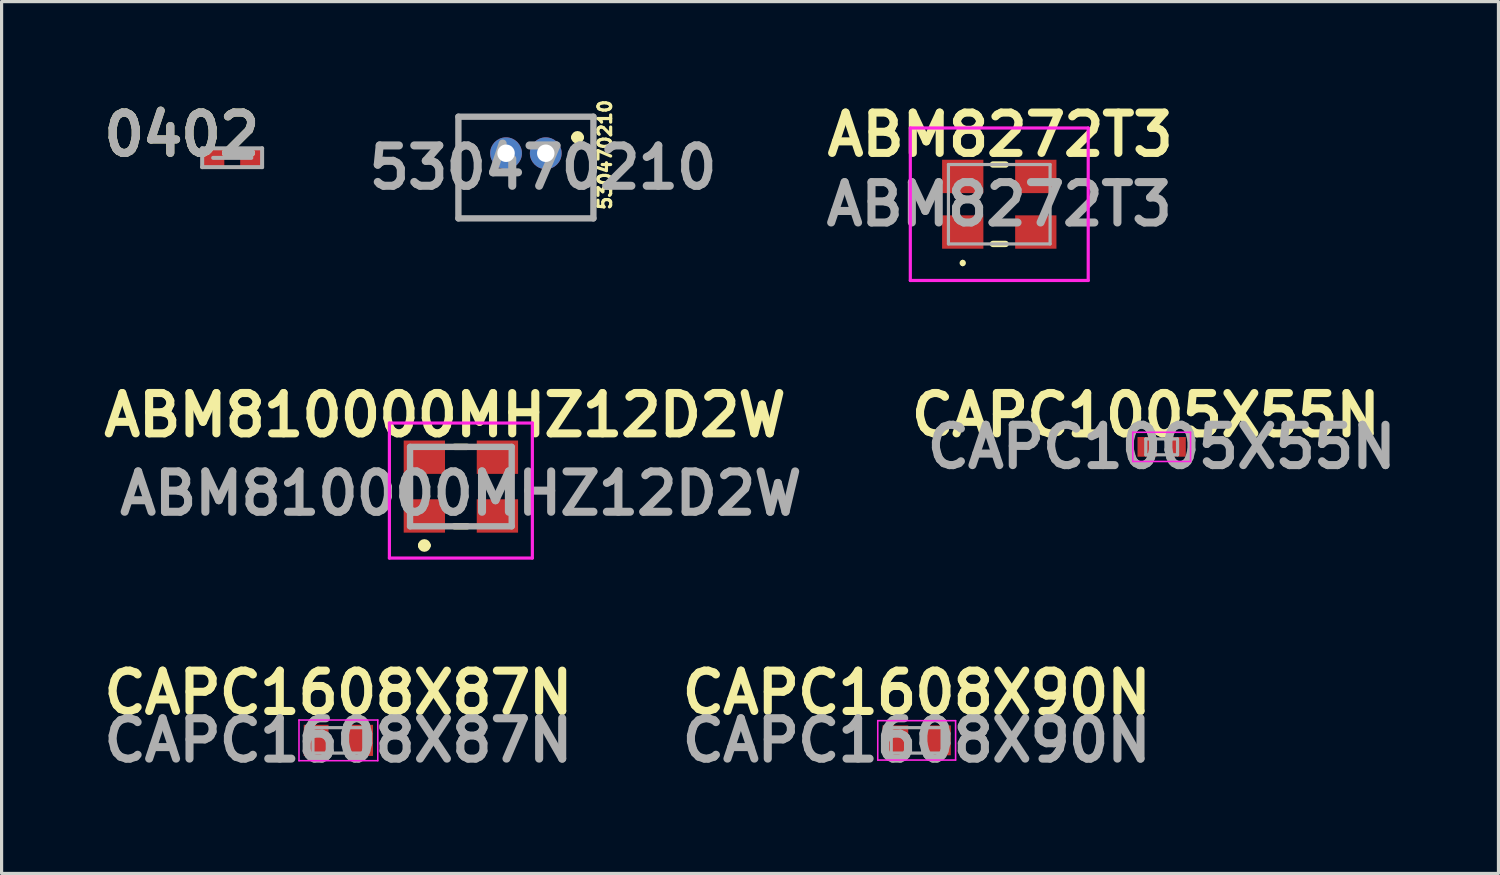
<source format=kicad_pcb>
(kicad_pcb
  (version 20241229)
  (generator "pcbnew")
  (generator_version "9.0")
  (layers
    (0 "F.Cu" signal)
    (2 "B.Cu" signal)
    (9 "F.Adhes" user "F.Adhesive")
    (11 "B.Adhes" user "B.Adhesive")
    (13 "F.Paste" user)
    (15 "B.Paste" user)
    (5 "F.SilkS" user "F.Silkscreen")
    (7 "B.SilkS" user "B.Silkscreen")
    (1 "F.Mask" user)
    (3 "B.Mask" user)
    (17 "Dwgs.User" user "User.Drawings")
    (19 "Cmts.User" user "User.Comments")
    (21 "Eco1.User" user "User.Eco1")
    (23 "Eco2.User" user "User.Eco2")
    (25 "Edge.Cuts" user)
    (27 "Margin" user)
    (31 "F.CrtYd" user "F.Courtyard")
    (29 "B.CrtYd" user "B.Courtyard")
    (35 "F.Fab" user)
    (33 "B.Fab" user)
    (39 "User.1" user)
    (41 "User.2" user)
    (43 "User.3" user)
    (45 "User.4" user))
  (footprint "CAPC1608X87N"
    (layer "F.Cu")
    (at 7.602 20.256)
    (property "Reference" "CAPC1608X87N" (at 0 -1.5 0) (layer "F.SilkS") (effects (font (size 1.27 1.27) (thickness 0.254))))
    (attr smd)
    (fp_line (start -1.24 -0.64) (end 1.24 -0.64) (stroke (width 0.05) (type solid)) (layer "F.CrtYd"))
    (fp_line (start -1.24 0.64) (end -1.24 -0.64) (stroke (width 0.05) (type solid)) (layer "F.CrtYd"))
    (fp_line (start 1.24 -0.64) (end 1.24 0.64) (stroke (width 0.05) (type solid)) (layer "F.CrtYd"))
    (fp_line (start 1.24 0.64) (end -1.24 0.64) (stroke (width 0.05) (type solid)) (layer "F.CrtYd"))
    (fp_line (start -0.8 -0.4) (end 0.8 -0.4) (stroke (width 0.1) (type solid)) (layer "F.Fab"))
    (fp_line (start -0.8 0.4) (end -0.8 -0.4) (stroke (width 0.1) (type solid)) (layer "F.Fab"))
    (fp_line (start 0.8 -0.4) (end 0.8 0.4) (stroke (width 0.1) (type solid)) (layer "F.Fab"))
    (fp_line (start 0.8 0.4) (end -0.8 0.4) (stroke (width 0.1) (type solid)) (layer "F.Fab"))
    (fp_text user "${REFERENCE}" (at 0 0 0) (layer "F.Fab") (effects (font (size 1.27 1.27) (thickness 0.254))))
    (pad "1" smd rect (at -0.7 0) (size 0.78 0.98) (layers "F.Cu" "F.Mask" "F.Paste"))
    (pad "2" smd rect (at 0.7 0) (size 0.78 0.98) (layers "F.Cu" "F.Mask" "F.Paste")))
  (footprint "530470210"
    (layer "F.Cu")
    (at 14.13 1.774)
    (property "Reference" "530470210" (at 1.863 0.05 90) (layer "F.SilkS") (effects (font (size 0.4 0.4) (thickness 0.254))))
    (attr through_hole)
    (fp_line (start -2.75 -1.15) (end 1.5 -1.15) (stroke (width 0.1) (type solid)) (layer "F.SilkS"))
    (fp_line (start -2.75 2.05) (end -2.75 -1.15) (stroke (width 0.1) (type solid)) (layer "F.SilkS"))
    (fp_line (start 0.9 -0.5) (end 0.9 -0.5) (stroke (width 0.2) (type solid)) (layer "F.SilkS"))
    (fp_line (start 1.1 -0.5) (end 1.1 -0.5) (stroke (width 0.2) (type solid)) (layer "F.SilkS"))
    (fp_line (start 1.5 -1.15) (end 1.5 2.05) (stroke (width 0.1) (type solid)) (layer "F.SilkS"))
    (fp_line (start 1.5 2.05) (end -2.75 2.05) (stroke (width 0.1) (type solid)) (layer "F.SilkS"))
    (fp_arc (start 0.9 -0.5) (mid 1 -0.6) (end 1.1 -0.5) (stroke (width 0.2) (type solid)) (layer "F.SilkS"))
    (fp_arc (start 1.1 -0.5) (mid 1 -0.4) (end 0.9 -0.5) (stroke (width 0.2) (type solid)) (layer "F.SilkS"))
    (fp_line (start -2.75 -1.15) (end 1.5 -1.15) (stroke (width 0.2) (type solid)) (layer "F.Fab"))
    (fp_line (start -2.75 2.05) (end -2.75 -1.15) (stroke (width 0.2) (type solid)) (layer "F.Fab"))
    (fp_line (start 1.5 -1.15) (end 1.5 2.05) (stroke (width 0.2) (type solid)) (layer "F.Fab"))
    (fp_line (start 1.5 2.05) (end -2.75 2.05) (stroke (width 0.2) (type solid)) (layer "F.Fab"))
    (fp_text user "${REFERENCE}" (at -0.087 0.45 0) (layer "F.Fab") (effects (font (size 1.27 1.27) (thickness 0.254))))
    (pad "1" thru_hole circle (at 0 0) (size 1 1) (drill 0.55) (layers "*.Cu" "*.Mask"))
    (pad "2" thru_hole circle (at -1.25 0) (size 1 1) (drill 0.55) (layers "*.Cu" "*.Mask")))
  (footprint "ABM810000MHZ12D2W"
    (layer "F.Cu")
    (at 11.458 12.267)
    (property "Reference" "ABM810000MHZ12D2W" (at -0.5 -2.25 0) (layer "F.SilkS") (effects (font (size 1.27 1.27) (thickness 0.254))))
    (attr smd)
    (fp_line (start -1.25 1.854) (end -1.25 1.854) (stroke (width 0.2) (type solid)) (layer "F.SilkS"))
    (fp_line (start -1.05 1.854) (end -1.05 1.854) (stroke (width 0.2) (type solid)) (layer "F.SilkS"))
    (fp_line (start -0.2 -1.25) (end 0.2 -1.25) (stroke (width 0.2) (type solid)) (layer "F.SilkS"))
    (fp_line (start -0.2 1.25) (end 0.2 1.25) (stroke (width 0.2) (type solid)) (layer "F.SilkS"))
    (fp_arc (start -1.25 1.854) (mid -1.15 1.754) (end -1.05 1.854) (stroke (width 0.2) (type solid)) (layer "F.SilkS"))
    (fp_arc (start -1.05 1.854) (mid -1.15 1.954) (end -1.25 1.854) (stroke (width 0.2) (type solid)) (layer "F.SilkS"))
    (fp_line (start -2.25 -2) (end 2.25 -2) (stroke (width 0.1) (type solid)) (layer "F.CrtYd"))
    (fp_line (start -2.25 2.25) (end -2.25 -2) (stroke (width 0.1) (type solid)) (layer "F.CrtYd"))
    (fp_line (start 2.25 -2) (end 2.25 2.25) (stroke (width 0.1) (type solid)) (layer "F.CrtYd"))
    (fp_line (start 2.25 2.25) (end -2.25 2.25) (stroke (width 0.1) (type solid)) (layer "F.CrtYd"))
    (fp_line (start -1.6 -1.25) (end 1.6 -1.25) (stroke (width 0.2) (type solid)) (layer "F.Fab"))
    (fp_line (start -1.6 1.25) (end -1.6 -1.25) (stroke (width 0.2) (type solid)) (layer "F.Fab"))
    (fp_line (start 1.6 -1.25) (end 1.6 1.25) (stroke (width 0.2) (type solid)) (layer "F.Fab"))
    (fp_line (start 1.6 1.25) (end -1.6 1.25) (stroke (width 0.2) (type solid)) (layer "F.Fab"))
    (fp_text user "${REFERENCE}" (at 0 0.218 0) (layer "F.Fab") (effects (font (size 1.27 1.27) (thickness 0.254))))
    (pad "1" smd rect (at -1.15 0.925 90) (size 1.05 1.3) (layers "F.Cu" "F.Mask" "F.Paste"))
    (pad "2" smd rect (at 1.15 0.925 90) (size 1.05 1.3) (layers "F.Cu" "F.Mask" "F.Paste"))
    (pad "3" smd rect (at 1.15 -0.925 90) (size 1.05 1.3) (layers "F.Cu" "F.Mask" "F.Paste"))
    (pad "4" smd rect (at -1.15 -0.925 90) (size 1.05 1.3) (layers "F.Cu" "F.Mask" "F.Paste")))
  (footprint "ABM8272T3"
    (layer "F.Cu")
    (at 28.406 3.379)
    (property "Reference" "ABM8272T3" (at 0.03 -2.19 0) (layer "F.SilkS") (effects (font (size 1.27 1.27) (thickness 0.254))))
    (attr smd)
    (fp_line (start -1.15 1.8) (end -1.15 1.8) (stroke (width 0.1) (type solid)) (layer "F.SilkS"))
    (fp_line (start -1.15 1.9) (end -1.15 1.9) (stroke (width 0.1) (type solid)) (layer "F.SilkS"))
    (fp_line (start -0.2 -1.25) (end 0.2 -1.25) (stroke (width 0.2) (type solid)) (layer "F.SilkS"))
    (fp_line (start -0.2 1.25) (end 0.2 1.25) (stroke (width 0.2) (type solid)) (layer "F.SilkS"))
    (fp_arc (start -1.15 1.8) (mid -1.1 1.85) (end -1.15 1.9) (stroke (width 0.1) (type solid)) (layer "F.SilkS"))
    (fp_arc (start -1.15 1.9) (mid -1.2 1.85) (end -1.15 1.8) (stroke (width 0.1) (type solid)) (layer "F.SilkS"))
    (fp_line (start -2.8 -2.4) (end 2.8 -2.4) (stroke (width 0.1) (type solid)) (layer "F.CrtYd"))
    (fp_line (start -2.8 2.4) (end -2.8 -2.4) (stroke (width 0.1) (type solid)) (layer "F.CrtYd"))
    (fp_line (start 2.8 -2.4) (end 2.8 2.4) (stroke (width 0.1) (type solid)) (layer "F.CrtYd"))
    (fp_line (start 2.8 2.4) (end -2.8 2.4) (stroke (width 0.1) (type solid)) (layer "F.CrtYd"))
    (fp_line (start -1.6 -1.25) (end 1.6 -1.25) (stroke (width 0.1) (type solid)) (layer "F.Fab"))
    (fp_line (start -1.6 1.25) (end -1.6 -1.25) (stroke (width 0.1) (type solid)) (layer "F.Fab"))
    (fp_line (start 1.6 -1.25) (end 1.6 1.25) (stroke (width 0.1) (type solid)) (layer "F.Fab"))
    (fp_line (start 1.6 1.25) (end -1.6 1.25) (stroke (width 0.1) (type solid)) (layer "F.Fab"))
    (fp_text user "${REFERENCE}" (at 0 0 0) (layer "F.Fab") (effects (font (size 1.27 1.27) (thickness 0.254))))
    (pad "1" smd rect (at -1.15 0.875 90) (size 1.05 1.3) (layers "F.Cu" "F.Mask" "F.Paste"))
    (pad "2" smd rect (at 1.15 0.875 90) (size 1.05 1.3) (layers "F.Cu" "F.Mask" "F.Paste"))
    (pad "3" smd rect (at 1.15 -0.875 90) (size 1.05 1.3) (layers "F.Cu" "F.Mask" "F.Paste"))
    (pad "4" smd rect (at -1.15 -0.875 90) (size 1.05 1.3) (layers "F.Cu" "F.Mask" "F.Paste")))
  (footprint "CAPC1608X90N"
    (layer "F.Cu")
    (at 25.806 20.256)
    (property "Reference" "CAPC1608X90N" (at 0 -1.5 0) (layer "F.SilkS") (effects (font (size 1.27 1.27) (thickness 0.254))))
    (attr smd)
    (fp_line (start -1.225 -0.62) (end 1.225 -0.62) (stroke (width 0.05) (type solid)) (layer "F.CrtYd"))
    (fp_line (start -1.225 0.62) (end -1.225 -0.62) (stroke (width 0.05) (type solid)) (layer "F.CrtYd"))
    (fp_line (start 1.225 -0.62) (end 1.225 0.62) (stroke (width 0.05) (type solid)) (layer "F.CrtYd"))
    (fp_line (start 1.225 0.62) (end -1.225 0.62) (stroke (width 0.05) (type solid)) (layer "F.CrtYd"))
    (fp_line (start -0.8 -0.4) (end 0.8 -0.4) (stroke (width 0.1) (type solid)) (layer "F.Fab"))
    (fp_line (start -0.8 0.4) (end -0.8 -0.4) (stroke (width 0.1) (type solid)) (layer "F.Fab"))
    (fp_line (start 0.8 -0.4) (end 0.8 0.4) (stroke (width 0.1) (type solid)) (layer "F.Fab"))
    (fp_line (start 0.8 0.4) (end -0.8 0.4) (stroke (width 0.1) (type solid)) (layer "F.Fab"))
    (fp_text user "${REFERENCE}" (at 0 0 0) (layer "F.Fab") (effects (font (size 1.27 1.27) (thickness 0.254))))
    (pad "1" smd rect (at -0.67 0) (size 0.81 0.94) (layers "F.Cu" "F.Mask" "F.Paste"))
    (pad "2" smd rect (at 0.67 0) (size 0.81 0.94) (layers "F.Cu" "F.Mask" "F.Paste")))
  (footprint "CAPC1005X55N"
    (layer "F.Cu")
    (at 33.518 11.017)
    (property "Reference" "CAPC1005X55N" (at -0.5 -1 0) (layer "F.SilkS") (effects (font (size 1.27 1.27) (thickness 0.254))))
    (attr smd)
    (fp_line (start -0.91 -0.46) (end 0.91 -0.46) (stroke (width 0.05) (type solid)) (layer "F.CrtYd"))
    (fp_line (start -0.91 0.46) (end -0.91 -0.46) (stroke (width 0.05) (type solid)) (layer "F.CrtYd"))
    (fp_line (start 0.91 -0.46) (end 0.91 0.46) (stroke (width 0.05) (type solid)) (layer "F.CrtYd"))
    (fp_line (start 0.91 0.46) (end -0.91 0.46) (stroke (width 0.05) (type solid)) (layer "F.CrtYd"))
    (fp_line (start -0.5 -0.25) (end 0.5 -0.25) (stroke (width 0.1) (type solid)) (layer "F.Fab"))
    (fp_line (start -0.5 0.25) (end -0.5 -0.25) (stroke (width 0.1) (type solid)) (layer "F.Fab"))
    (fp_line (start 0.5 -0.25) (end 0.5 0.25) (stroke (width 0.1) (type solid)) (layer "F.Fab"))
    (fp_line (start 0.5 0.25) (end -0.5 0.25) (stroke (width 0.1) (type solid)) (layer "F.Fab"))
    (fp_text user "${REFERENCE}" (at 0 0 0) (layer "F.Fab") (effects (font (size 1.27 1.27) (thickness 0.254))))
    (pad "1" smd rect (at -0.46 0) (size 0.6 0.62) (layers "F.Cu" "F.Mask" "F.Paste"))
    (pad "2" smd rect (at 0.46 0) (size 0.6 0.62) (layers "F.Cu" "F.Mask" "F.Paste")))
  (footprint "0402"
    (layer "F.Cu")
    (at 4.261 1.919)
    (property "Reference" "0402" (at -1.587 -0.73 0) (layer "F.SilkS") (effects (font (size 1.27 1.27) (thickness 0.254))))
    (attr smd)
    (fp_line (start -0.947 -0.3) (end 0.94 -0.3) (stroke (width 0.127) (type solid)) (layer "F.Fab"))
    (fp_line (start -0.947 0.292) (end -0.947 -0.3) (stroke (width 0.127) (type solid)) (layer "F.Fab"))
    (fp_line (start -0.6 0) (end 0.6 0) (stroke (width 0.127) (type solid)) (layer "F.Fab"))
    (fp_line (start 0.94 -0.3) (end 0.94 0.292) (stroke (width 0.127) (type solid)) (layer "F.Fab"))
    (fp_line (start 0.94 0.292) (end -0.947 0.292) (stroke (width 0.127) (type solid)) (layer "F.Fab"))
    (fp_text user "${REFERENCE}" (at -1.587 -0.73 0) (layer "F.Fab") (effects (font (size 1.27 1.27) (thickness 0.254))))
    (pad "1" smd rect (at -0.6 0 90) (size 0.6 0.7) (layers "F.Cu" "F.Mask" "F.Paste"))
    (pad "2" smd rect (at 0.6 0 90) (size 0.6 0.7) (layers "F.Cu" "F.Mask" "F.Paste")))
  (gr_rect
    (start -3 -3)
    (end 44.12 24.445)
    (stroke (width 0.1) (type default))
    (fill no)
    (layer "Edge.Cuts")))
</source>
